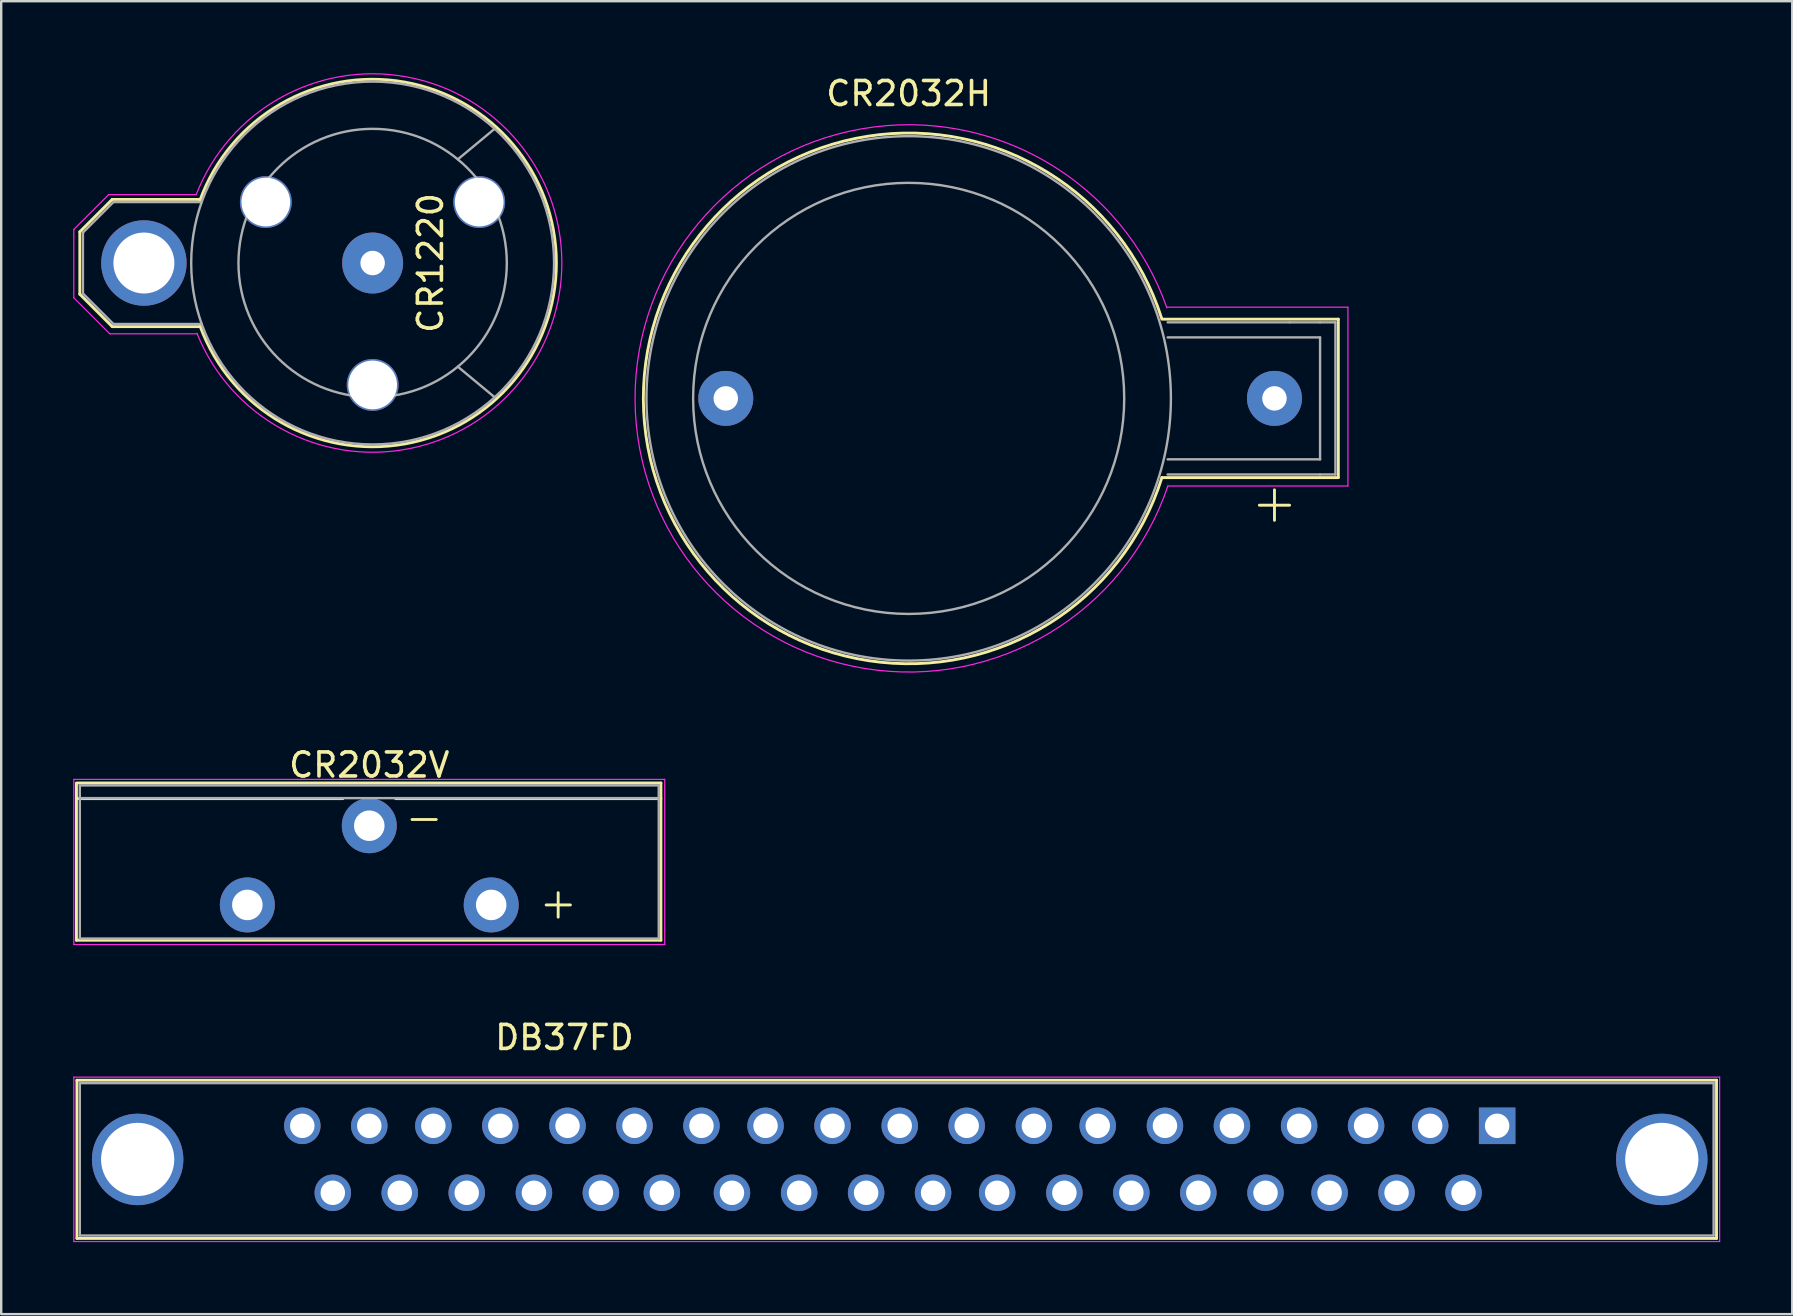
<source format=kicad_pcb>
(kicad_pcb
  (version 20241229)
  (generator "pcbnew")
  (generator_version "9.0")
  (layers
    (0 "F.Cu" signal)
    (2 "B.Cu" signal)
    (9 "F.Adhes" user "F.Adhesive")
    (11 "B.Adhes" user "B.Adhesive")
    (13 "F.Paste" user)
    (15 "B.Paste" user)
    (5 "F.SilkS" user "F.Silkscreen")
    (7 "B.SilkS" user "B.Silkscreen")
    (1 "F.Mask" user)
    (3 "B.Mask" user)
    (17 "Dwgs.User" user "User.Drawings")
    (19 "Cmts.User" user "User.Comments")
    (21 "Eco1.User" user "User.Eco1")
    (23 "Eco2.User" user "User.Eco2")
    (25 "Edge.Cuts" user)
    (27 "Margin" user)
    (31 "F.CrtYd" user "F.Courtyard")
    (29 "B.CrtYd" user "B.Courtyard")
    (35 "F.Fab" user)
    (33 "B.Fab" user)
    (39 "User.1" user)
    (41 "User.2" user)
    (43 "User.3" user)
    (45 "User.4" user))
  (footprint "DB37FD"
    (layer "F.Cu")
    (at 59.325 43.855)
    (property "Reference" "DB37FD" (at -38.86 -3.68 0) (layer "F.SilkS") (effects (font (size 1 1) (thickness 0.15))))
    (attr through_hole)
    (fp_line (start -59.17 -1.9) (end -59.17 4.69) (stroke (width 0.12) (type solid)) (layer "F.SilkS"))
    (fp_line (start -59.17 -1.9) (end 9.14 -1.9) (stroke (width 0.12) (type solid)) (layer "F.SilkS"))
    (fp_line (start 9.14 4.69) (end -59.17 4.69) (stroke (width 0.12) (type solid)) (layer "F.SilkS"))
    (fp_line (start 9.14 4.69) (end 9.14 -1.9) (stroke (width 0.12) (type solid)) (layer "F.SilkS"))
    (fp_line (start -59.3 -2.03) (end -59.3 4.82) (stroke (width 0.05) (type solid)) (layer "F.CrtYd"))
    (fp_line (start -59.3 -2.03) (end 9.27 -2.03) (stroke (width 0.05) (type solid)) (layer "F.CrtYd"))
    (fp_line (start 9.27 4.82) (end -59.3 4.82) (stroke (width 0.05) (type solid)) (layer "F.CrtYd"))
    (fp_line (start 9.27 4.82) (end 9.27 -2.03) (stroke (width 0.05) (type solid)) (layer "F.CrtYd"))
    (fp_line (start -59.05 -1.78) (end -59.05 4.57) (stroke (width 0.1) (type solid)) (layer "F.Fab"))
    (fp_line (start -59.05 4.57) (end 9.02 4.57) (stroke (width 0.1) (type solid)) (layer "F.Fab"))
    (fp_line (start 9.02 -1.78) (end -59.05 -1.78) (stroke (width 0.1) (type solid)) (layer "F.Fab"))
    (fp_line (start 9.02 4.57) (end 9.02 -1.78) (stroke (width 0.1) (type solid)) (layer "F.Fab"))
    (pad "" thru_hole circle (at -56.64 1.4) (size 3.81 3.81) (drill 3.05) (layers "*.Cu" "*.Mask"))
    (pad "" thru_hole circle (at 6.86 1.4) (size 3.81 3.81) (drill 3.05) (layers "*.Cu" "*.Mask"))
    (pad "1" thru_hole rect (at 0 0) (size 1.52 1.52) (drill 1.02) (layers "*.Cu" "*.Mask"))
    (pad "2" thru_hole circle (at -2.79 0) (size 1.52 1.52) (drill 1.02) (layers "*.Cu" "*.Mask"))
    (pad "3" thru_hole circle (at -5.46 0) (size 1.52 1.52) (drill 1.02) (layers "*.Cu" "*.Mask"))
    (pad "4" thru_hole circle (at -8.25 0) (size 1.52 1.52) (drill 1.02) (layers "*.Cu" "*.Mask"))
    (pad "5" thru_hole circle (at -11.05 0) (size 1.52 1.52) (drill 1.02) (layers "*.Cu" "*.Mask"))
    (pad "6" thru_hole circle (at -13.84 0) (size 1.52 1.52) (drill 1.02) (layers "*.Cu" "*.Mask"))
    (pad "7" thru_hole circle (at -16.64 0) (size 1.52 1.52) (drill 1.02) (layers "*.Cu" "*.Mask"))
    (pad "8" thru_hole circle (at -19.3 0) (size 1.52 1.52) (drill 1.02) (layers "*.Cu" "*.Mask"))
    (pad "9" thru_hole circle (at -22.1 0) (size 1.52 1.52) (drill 1.02) (layers "*.Cu" "*.Mask"))
    (pad "10" thru_hole circle (at -24.89 0) (size 1.52 1.52) (drill 1.02) (layers "*.Cu" "*.Mask"))
    (pad "11" thru_hole circle (at -27.69 0) (size 1.52 1.52) (drill 1.02) (layers "*.Cu" "*.Mask"))
    (pad "12" thru_hole circle (at -30.48 0) (size 1.52 1.52) (drill 1.02) (layers "*.Cu" "*.Mask"))
    (pad "13" thru_hole circle (at -33.15 0) (size 1.52 1.52) (drill 1.02) (layers "*.Cu" "*.Mask"))
    (pad "14" thru_hole circle (at -35.94 0) (size 1.52 1.52) (drill 1.02) (layers "*.Cu" "*.Mask"))
    (pad "15" thru_hole circle (at -38.73 0) (size 1.52 1.52) (drill 1.02) (layers "*.Cu" "*.Mask"))
    (pad "16" thru_hole circle (at -41.53 0) (size 1.52 1.52) (drill 1.02) (layers "*.Cu" "*.Mask"))
    (pad "17" thru_hole circle (at -44.32 0) (size 1.52 1.52) (drill 1.02) (layers "*.Cu" "*.Mask"))
    (pad "18" thru_hole circle (at -46.99 0) (size 1.52 1.52) (drill 1.02) (layers "*.Cu" "*.Mask"))
    (pad "19" thru_hole circle (at -49.78 0) (size 1.52 1.52) (drill 1.02) (layers "*.Cu" "*.Mask"))
    (pad "20" thru_hole circle (at -1.4 2.79) (size 1.52 1.52) (drill 1.02) (layers "*.Cu" "*.Mask"))
    (pad "21" thru_hole circle (at -4.19 2.79) (size 1.52 1.52) (drill 1.02) (layers "*.Cu" "*.Mask"))
    (pad "22" thru_hole circle (at -6.98 2.79) (size 1.52 1.52) (drill 1.02) (layers "*.Cu" "*.Mask"))
    (pad "23" thru_hole circle (at -9.65 2.79) (size 1.52 1.52) (drill 1.02) (layers "*.Cu" "*.Mask"))
    (pad "24" thru_hole circle (at -12.45 2.79) (size 1.52 1.52) (drill 1.02) (layers "*.Cu" "*.Mask"))
    (pad "25" thru_hole circle (at -15.24 2.79) (size 1.52 1.52) (drill 1.02) (layers "*.Cu" "*.Mask"))
    (pad "26" thru_hole circle (at -18.03 2.79) (size 1.52 1.52) (drill 1.02) (layers "*.Cu" "*.Mask"))
    (pad "27" thru_hole circle (at -20.83 2.79) (size 1.52 1.52) (drill 1.02) (layers "*.Cu" "*.Mask"))
    (pad "28" thru_hole circle (at -23.5 2.79) (size 1.52 1.52) (drill 1.02) (layers "*.Cu" "*.Mask"))
    (pad "29" thru_hole circle (at -26.29 2.79) (size 1.52 1.52) (drill 1.02) (layers "*.Cu" "*.Mask"))
    (pad "30" thru_hole circle (at -29.08 2.79) (size 1.52 1.52) (drill 1.02) (layers "*.Cu" "*.Mask"))
    (pad "31" thru_hole circle (at -31.88 2.79) (size 1.52 1.52) (drill 1.02) (layers "*.Cu" "*.Mask"))
    (pad "32" thru_hole circle (at -34.8 2.79) (size 1.52 1.52) (drill 1.02) (layers "*.Cu" "*.Mask"))
    (pad "33" thru_hole circle (at -37.34 2.79) (size 1.52 1.52) (drill 1.02) (layers "*.Cu" "*.Mask"))
    (pad "34" thru_hole circle (at -40.13 2.79) (size 1.52 1.52) (drill 1.02) (layers "*.Cu" "*.Mask"))
    (pad "35" thru_hole circle (at -42.93 2.79) (size 1.52 1.52) (drill 1.02) (layers "*.Cu" "*.Mask"))
    (pad "36" thru_hole circle (at -45.72 2.79) (size 1.52 1.52) (drill 1.02) (layers "*.Cu" "*.Mask"))
    (pad "37" thru_hole circle (at -48.51 2.79) (size 1.52 1.52) (drill 1.02) (layers "*.Cu" "*.Mask")))
  (footprint "CR2032H"
    (layer "F.Cu")
    (at 50.048 13.548)
    (property "Reference" "CR2032H" (at -15.24 -12.7 0) (layer "F.SilkS") (effects (font (size 1 1) (thickness 0.15))))
    (attr through_hole)
    (fp_line (start -4.69 -3.3) (end 2.66 -3.3) (stroke (width 0.12) (type solid)) (layer "F.SilkS"))
    (fp_line (start -0.63 4.45) (end 0.63 4.45) (stroke (width 0.12) (type solid)) (layer "F.SilkS"))
    (fp_line (start 0 3.81) (end 0 5.08) (stroke (width 0.12) (type solid)) (layer "F.SilkS"))
    (fp_line (start 2.66 -3.3) (end 2.66 3.3) (stroke (width 0.12) (type solid)) (layer "F.SilkS"))
    (fp_line (start 2.66 3.3) (end -4.69 3.3) (stroke (width 0.12) (type solid)) (layer "F.SilkS"))
    (fp_arc (start -4.69 3.3) (mid -26.294043 0.02518) (end -4.705144 -3.34803) (stroke (width 0.12) (type solid)) (layer "F.SilkS"))
    (fp_line (start -4.49 -3.8) (end 3.06 -3.8) (stroke (width 0.05) (type solid)) (layer "F.CrtYd"))
    (fp_line (start 3.06 -3.8) (end 3.06 3.65) (stroke (width 0.05) (type solid)) (layer "F.CrtYd"))
    (fp_line (start 3.06 3.65) (end -4.44 3.65) (stroke (width 0.05) (type solid)) (layer "F.CrtYd"))
    (fp_arc (start -4.44 3.65) (mid -26.639924 0.064993) (end -4.482319 -3.772905) (stroke (width 0.05) (type solid)) (layer "F.CrtYd"))
    (fp_line (start -4.45 -3.17) (end 0.63 -3.17) (stroke (width 0.1) (type solid)) (layer "F.Fab"))
    (fp_line (start -4.45 -2.54) (end 1.9 -2.54) (stroke (width 0.1) (type solid)) (layer "F.Fab"))
    (fp_line (start 0.63 -3.17) (end 1.9 -3.17) (stroke (width 0.1) (type solid)) (layer "F.Fab"))
    (fp_line (start 1.9 -3.17) (end 2.54 -3.17) (stroke (width 0.1) (type solid)) (layer "F.Fab"))
    (fp_line (start 1.9 -2.54) (end 1.9 2.54) (stroke (width 0.1) (type solid)) (layer "F.Fab"))
    (fp_line (start 1.9 2.54) (end -4.45 2.54) (stroke (width 0.1) (type solid)) (layer "F.Fab"))
    (fp_line (start 1.9 3.17) (end -4.45 3.17) (stroke (width 0.1) (type solid)) (layer "F.Fab"))
    (fp_line (start 2.54 -3.17) (end 2.54 3.17) (stroke (width 0.1) (type solid)) (layer "F.Fab"))
    (fp_line (start 2.54 3.17) (end 1.9 3.17) (stroke (width 0.1) (type solid)) (layer "F.Fab"))
    (fp_circle (center -15.24 0) (end -16.51 -8.89) (stroke (width 0.1) (type solid)) (fill no) (layer "F.Fab"))
    (fp_circle (center -15.24 0) (end -8.89 8.89) (stroke (width 0.1) (type solid)) (fill no) (layer "F.Fab"))
    (pad "1" thru_hole circle (at 0 0) (size 2.29 2.29) (drill 1.02) (layers "*.Cu" "*.Mask"))
    (pad "2" thru_hole circle (at -22.86 0) (size 2.29 2.29) (drill 1.02) (layers "*.Cu" "*.Mask")))
  (footprint "CR1220"
    (layer "F.Cu")
    (at 2.945 7.908)
    (property "Reference" "CR1220" (at 11.94 0 90) (layer "F.SilkS") (effects (font (size 1 1) (thickness 0.15))))
    (attr through_hole)
    (fp_line (start -2.67 -1.3) (end -1.32 -2.65) (stroke (width 0.12) (type solid)) (layer "F.SilkS"))
    (fp_line (start -2.67 1.3) (end -2.67 -1.3) (stroke (width 0.12) (type solid)) (layer "F.SilkS"))
    (fp_line (start -1.32 -2.65) (end 2.33 -2.65) (stroke (width 0.12) (type solid)) (layer "F.SilkS"))
    (fp_line (start -1.32 2.65) (end -2.67 1.3) (stroke (width 0.12) (type solid)) (layer "F.SilkS"))
    (fp_line (start 2.33 2.65) (end -1.32 2.65) (stroke (width 0.12) (type solid)) (layer "F.SilkS"))
    (fp_arc (start 2.33 -2.6) (mid 17.185039 -0.019344) (end 2.343232 2.636355) (stroke (width 0.12) (type solid)) (layer "F.SilkS"))
    (fp_line (start -2.92 -1.4) (end -1.47 -2.85) (stroke (width 0.05) (type solid)) (layer "F.CrtYd"))
    (fp_line (start -2.92 1.45) (end -2.92 -1.4) (stroke (width 0.05) (type solid)) (layer "F.CrtYd"))
    (fp_line (start -1.47 -2.85) (end 2.18 -2.85) (stroke (width 0.05) (type solid)) (layer "F.CrtYd"))
    (fp_line (start -1.42 2.95) (end -2.92 1.45) (stroke (width 0.05) (type solid)) (layer "F.CrtYd"))
    (fp_line (start 2.23 2.95) (end -1.42 2.95) (stroke (width 0.05) (type solid)) (layer "F.CrtYd"))
    (fp_arc (start 2.18 -2.85) (mid 17.413098 -0.042094) (end 2.210855 2.92833) (stroke (width 0.05) (type solid)) (layer "F.CrtYd"))
    (fp_line (start -2.54 -1.27) (end -1.27 -2.54) (stroke (width 0.1) (type solid)) (layer "F.Fab"))
    (fp_line (start -2.54 1.27) (end -2.54 -1.27) (stroke (width 0.1) (type solid)) (layer "F.Fab"))
    (fp_line (start -1.27 -2.54) (end 2.41 -2.54) (stroke (width 0.1) (type solid)) (layer "F.Fab"))
    (fp_line (start -1.27 2.54) (end -2.54 1.27) (stroke (width 0.1) (type solid)) (layer "F.Fab"))
    (fp_line (start -1.27 2.54) (end 2.41 2.54) (stroke (width 0.1) (type solid)) (layer "F.Fab"))
    (fp_line (start 13.08 -4.32) (end 14.61 -5.59) (stroke (width 0.1) (type solid)) (layer "F.Fab"))
    (fp_line (start 13.08 4.32) (end 14.61 5.59) (stroke (width 0.1) (type solid)) (layer "F.Fab"))
    (fp_circle (center 9.53 0) (end 2.41 2.54) (stroke (width 0.1) (type solid)) (fill no) (layer "F.Fab"))
    (fp_circle (center 9.53 0) (end 3.94 0) (stroke (width 0.1) (type solid)) (fill no) (layer "F.Fab"))
    (pad "" thru_hole circle (at 5.08 -2.54) (size 2.16 2.16) (drill 2.03) (layers "*.Cu" "*.Mask"))
    (pad "" thru_hole circle (at 9.53 5.08) (size 2.16 2.16) (drill 2.03) (layers "*.Cu" "*.Mask"))
    (pad "" thru_hole circle (at 13.97 -2.54) (size 2.16 2.16) (drill 2.03) (layers "*.Cu" "*.Mask"))
    (pad "1" thru_hole circle (at 0 0) (size 3.56 3.56) (drill 2.54) (layers "*.Cu" "*.Mask"))
    (pad "2" thru_hole circle (at 9.53 0) (size 2.54 2.54) (drill 1.02) (layers "*.Cu" "*.Mask")))
  (footprint "CR2032V"
    (layer "F.Cu")
    (at 7.255 34.652)
    (property "Reference" "CR2032V" (at 5.08 -5.83 0) (layer "F.SilkS") (effects (font (size 1 1) (thickness 0.15))))
    (attr through_hole)
    (fp_line (start -7.12 -4.43) (end 3.98 -4.43) (stroke (width 0.12) (type solid)) (layer "F.SilkS"))
    (fp_line (start -7.12 1.47) (end -7.12 -5.08) (stroke (width 0.12) (type solid)) (layer "F.SilkS"))
    (fp_line (start -7.07 -5.08) (end 17.23 -5.08) (stroke (width 0.12) (type solid)) (layer "F.SilkS"))
    (fp_line (start 6.18 -4.43) (end 17.23 -4.43) (stroke (width 0.12) (type solid)) (layer "F.SilkS"))
    (fp_line (start 6.86 -3.56) (end 7.87 -3.56) (stroke (width 0.12) (type solid)) (layer "F.SilkS"))
    (fp_line (start 12.45 0) (end 13.46 0) (stroke (width 0.12) (type solid)) (layer "F.SilkS"))
    (fp_line (start 12.95 0.51) (end 12.95 -0.51) (stroke (width 0.12) (type solid)) (layer "F.SilkS"))
    (fp_line (start 17.23 -5.08) (end 17.23 1.47) (stroke (width 0.12) (type solid)) (layer "F.SilkS"))
    (fp_line (start 17.23 1.47) (end -7.12 1.47) (stroke (width 0.12) (type solid)) (layer "F.SilkS"))
    (fp_line (start -7.23 -5.23) (end -7.23 1.65) (stroke (width 0.05) (type solid)) (layer "F.CrtYd"))
    (fp_line (start -7.23 -5.23) (end 17.39 -5.23) (stroke (width 0.05) (type solid)) (layer "F.CrtYd"))
    (fp_line (start 17.39 1.65) (end -7.23 1.65) (stroke (width 0.05) (type solid)) (layer "F.CrtYd"))
    (fp_line (start 17.39 1.65) (end 17.39 -5.23) (stroke (width 0.05) (type solid)) (layer "F.CrtYd"))
    (fp_line (start -6.98 -4.98) (end 17.14 -4.98) (stroke (width 0.1) (type solid)) (layer "F.Fab"))
    (fp_line (start -6.98 -4.95) (end -6.98 1.4) (stroke (width 0.1) (type solid)) (layer "F.Fab"))
    (fp_line (start -6.98 1.4) (end 17.14 1.4) (stroke (width 0.1) (type solid)) (layer "F.Fab"))
    (fp_line (start 17.14 -4.45) (end -6.98 -4.45) (stroke (width 0.1) (type solid)) (layer "F.Fab"))
    (fp_line (start 17.14 1.4) (end 17.14 -4.95) (stroke (width 0.1) (type solid)) (layer "F.Fab"))
    (pad "1" thru_hole circle (at 0 0) (size 2.29 2.29) (drill 1.27) (layers "*.Cu" "*.Mask"))
    (pad "1" thru_hole circle (at 10.16 0) (size 2.29 2.29) (drill 1.27) (layers "*.Cu" "*.Mask"))
    (pad "2" thru_hole circle (at 5.08 -3.3) (size 2.29 2.29) (drill 1.27) (layers "*.Cu" "*.Mask")))
  (gr_rect
    (start -3 -3)
    (end 71.62 51.7)
    (stroke (width 0.1) (type default))
    (fill no)
    (layer "Edge.Cuts")))
</source>
